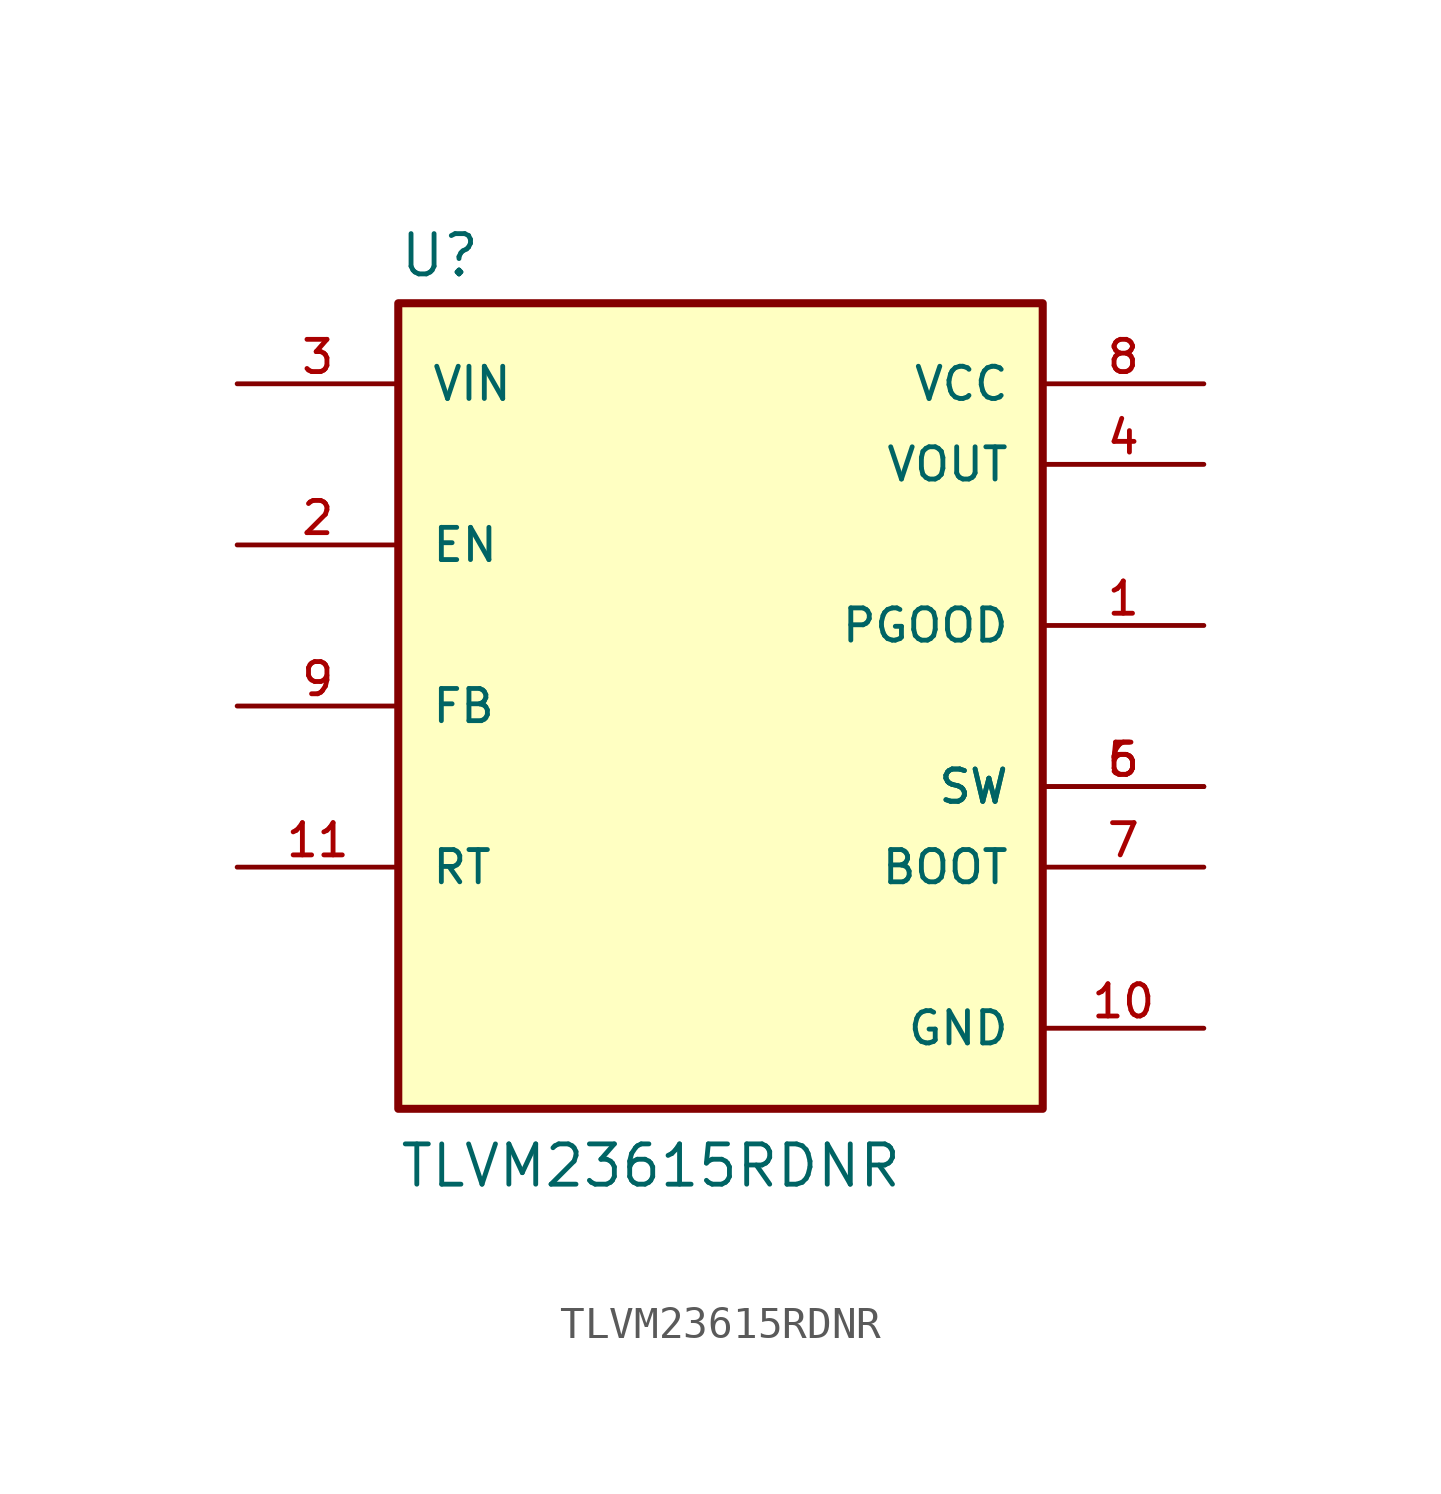
<source format=kicad_sym>
(kicad_symbol_lib
  (version 20211014)
  (generator kicad_symbol_editor)
  (symbol "TLVM23615RDNR"
    (pin_names
      (offset 1.016))
    (property "Reference" "U"
      (at -10.16 13.462 0)
      (effects (font (size 1.27 1.27)) (justify bottom left)))
    (property "Value" "TLVM23615RDNR"
      (at -10.16 -15.24 0)
      (effects (font (size 1.27 1.27)) (justify bottom left)))
    (symbol "TLVM23615RDNR_0_0"
      (rectangle (start -10.16 -12.7) (end 10.16 12.7) (stroke (width 0.254)) (fill (type background)))
      (pin output line (at 15.24 2.54 180.0) (length 5.08) (name "PGOOD" (effects (font (size 1.016 1.016)))) (number "1" (effects (font (size 1.016 1.016)))))
      (pin input line (at -15.24 5.08 0) (length 5.08) (name "EN" (effects (font (size 1.016 1.016)))) (number "2" (effects (font (size 1.016 1.016)))))
      (pin input line (at -15.24 10.16 0) (length 5.08) (name "VIN" (effects (font (size 1.016 1.016)))) (number "3" (effects (font (size 1.016 1.016)))))
      (pin output line (at 15.24 7.62 180.0) (length 5.08) (name "VOUT" (effects (font (size 1.016 1.016)))) (number "4" (effects (font (size 1.016 1.016)))))
      (pin passive line (at 15.24 -2.54 180.0) (length 5.08) (name "SW" (effects (font (size 1.016 1.016)))) (number "5" (effects (font (size 1.016 1.016)))))
      (pin passive line (at 15.24 -2.54 180.0) (length 5.08) (name "SW" (effects (font (size 1.016 1.016)))) (number "6" (effects (font (size 1.016 1.016)))))
      (pin passive line (at 15.24 -5.08 180.0) (length 5.08) (name "BOOT" (effects (font (size 1.016 1.016)))) (number "7" (effects (font (size 1.016 1.016)))))
      (pin output line (at 15.24 10.16 180.0) (length 5.08) (name "VCC" (effects (font (size 1.016 1.016)))) (number "8" (effects (font (size 1.016 1.016)))))
      (pin input line (at -15.24 0.0 0) (length 5.08) (name "FB" (effects (font (size 1.016 1.016)))) (number "9" (effects (font (size 1.016 1.016)))))
      (pin power_in line (at 15.24 -10.16 180.0) (length 5.08) (name "GND" (effects (font (size 1.016 1.016)))) (number "10" (effects (font (size 1.016 1.016)))))
      (pin passive line (at -15.24 -5.08 0) (length 5.08) (name "RT" (effects (font (size 1.016 1.016)))) (number "11" (effects (font (size 1.016 1.016))))))))
</source>
